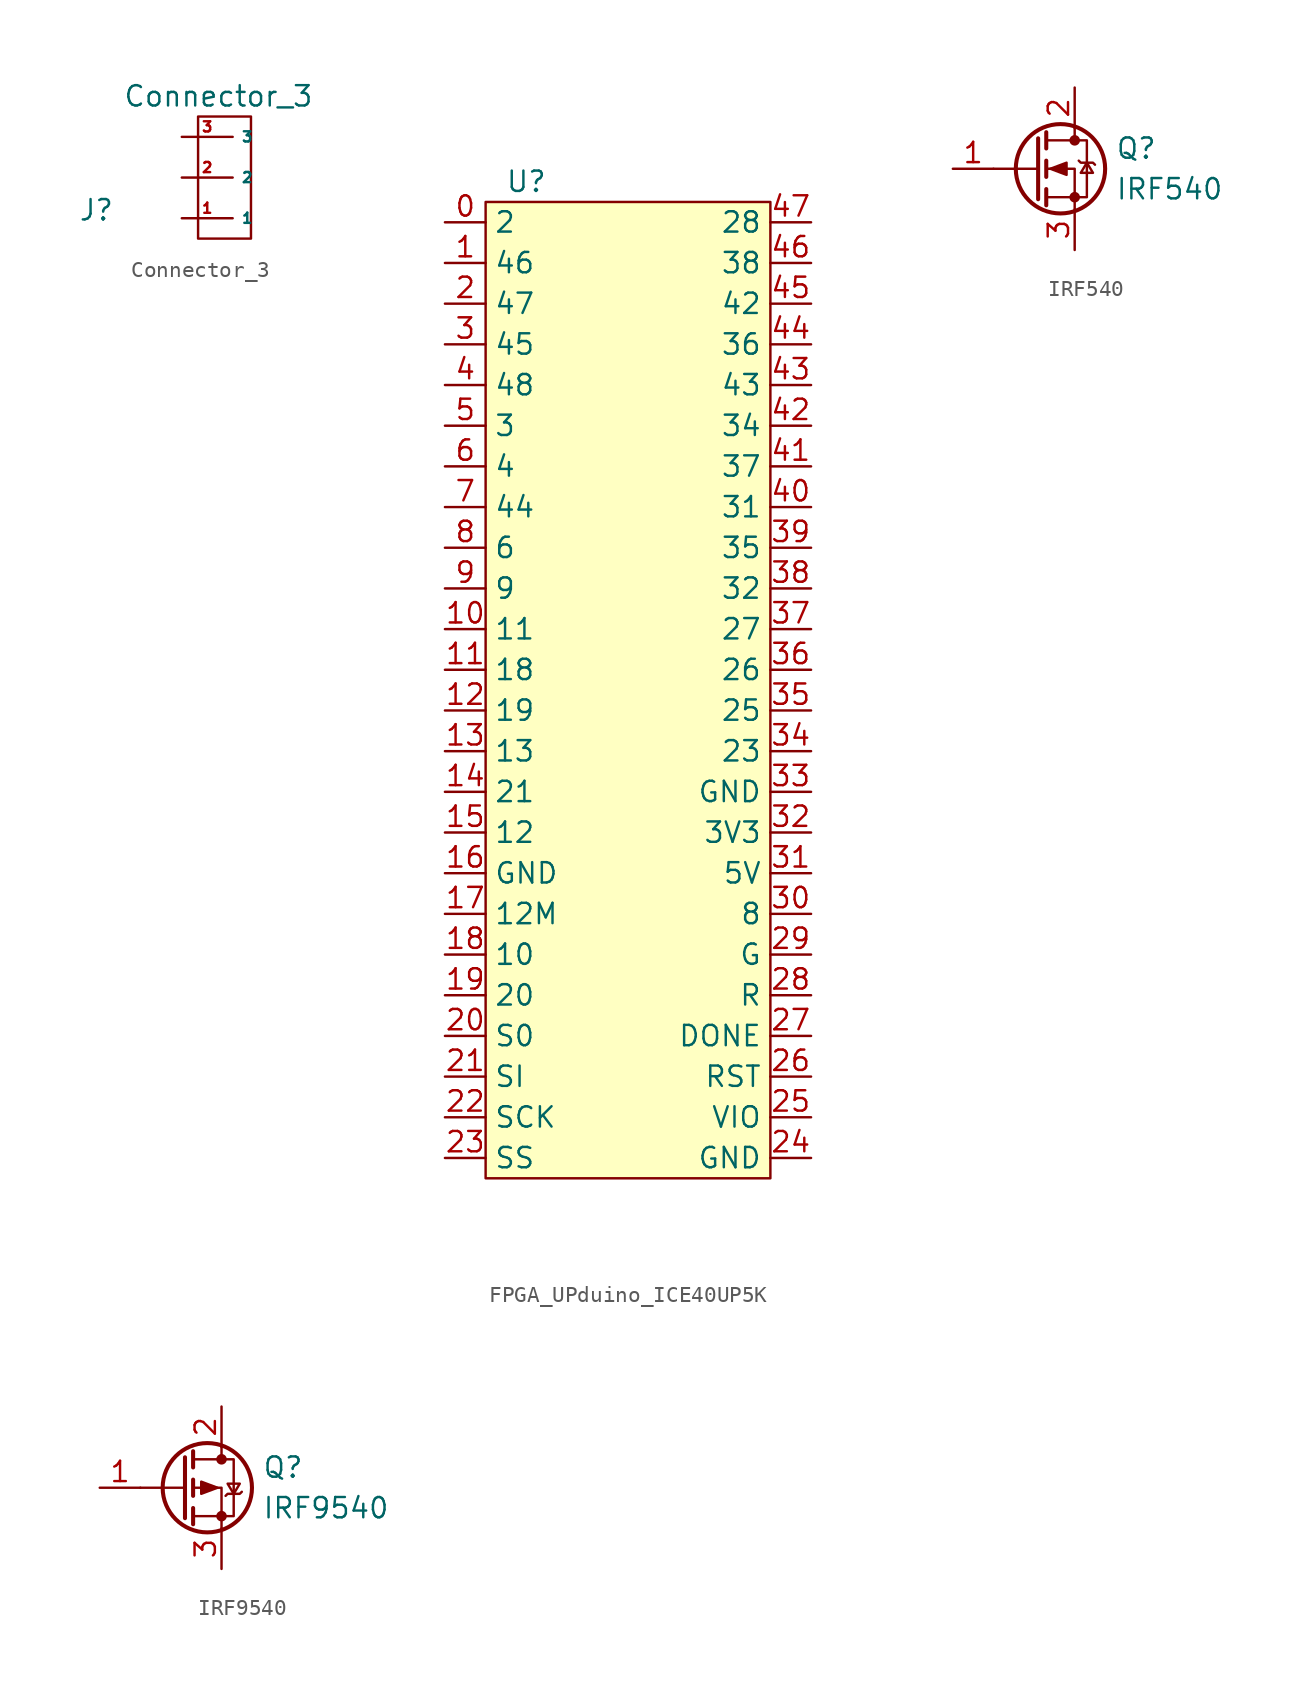
<source format=kicad_sym>
(kicad_symbol_lib
  (version 20231120)
  (generator "kicad_symbol_editor")
  (generator_version "8.0")
  (symbol "Connector_3"
    (property "Reference" "J"
      (at -7.874 -2.032 0)
      (effects (font (size 1.27 1.27))))
    (property "Value" "Connector_3"
      (at -0.254 5.08 0)
      (effects (font (size 1.27 1.27))))
    (symbol "Connector_3_0_1"
      (rectangle (start -1.524 3.81) (end 1.778 -3.81) (stroke (width 0) (type default)) (fill (type none))))
    (symbol "Connector_3_1_1"
      (pin passive line (at -2.54 -2.54 0) (length 3.175) (name "1" (effects (font (size 0.635 0.635)))) (number "1" (effects (font (size 0.635 0.635)))))
      (pin passive line (at -2.54 0 0) (length 3.175) (name "2" (effects (font (size 0.635 0.635)))) (number "2" (effects (font (size 0.635 0.635)))))
      (pin passive line (at -2.54 2.54 0) (length 3.175) (name "3" (effects (font (size 0.635 0.635)))) (number "3" (effects (font (size 0.635 0.635)))))))
  (symbol "FPGA_UPduino_ICE40UP5K"
    (property "Reference" "U"
      (at 15.24 1.27 0)
      (effects (font (size 1.27 1.27))))
    (property "Value" ""
      (at 15.24 1.27 0)
      (effects (font (size 1.27 1.27))))
    (symbol "FPGA_UPduino_ICE40UP5K_1_1"
      (rectangle (start 12.7 0) (end 30.48 -60.96) (stroke (width 0) (type default)) (fill (type background)))
      (pin bidirectional line (at 10.16 -1.27 0) (length 2.54) (name "2" (effects (font (size 1.27 1.27)))) (number "0" (effects (font (size 1.27 1.27)))))
      (pin bidirectional line (at 10.16 -3.81 0) (length 2.54) (name "46" (effects (font (size 1.27 1.27)))) (number "1" (effects (font (size 1.27 1.27)))))
      (pin bidirectional line (at 10.16 -26.67 0) (length 2.54) (name "11" (effects (font (size 1.27 1.27)))) (number "10" (effects (font (size 1.27 1.27)))))
      (pin bidirectional line (at 10.16 -29.21 0) (length 2.54) (name "18" (effects (font (size 1.27 1.27)))) (number "11" (effects (font (size 1.27 1.27)))))
      (pin bidirectional line (at 10.16 -31.75 0) (length 2.54) (name "19" (effects (font (size 1.27 1.27)))) (number "12" (effects (font (size 1.27 1.27)))))
      (pin bidirectional line (at 10.16 -34.29 0) (length 2.54) (name "13" (effects (font (size 1.27 1.27)))) (number "13" (effects (font (size 1.27 1.27)))))
      (pin bidirectional line (at 10.16 -36.83 0) (length 2.54) (name "21" (effects (font (size 1.27 1.27)))) (number "14" (effects (font (size 1.27 1.27)))))
      (pin bidirectional line (at 10.16 -39.37 0) (length 2.54) (name "12" (effects (font (size 1.27 1.27)))) (number "15" (effects (font (size 1.27 1.27)))))
      (pin bidirectional line (at 10.16 -41.91 0) (length 2.54) (name "GND" (effects (font (size 1.27 1.27)))) (number "16" (effects (font (size 1.27 1.27)))))
      (pin bidirectional line (at 10.16 -44.45 0) (length 2.54) (name "12M" (effects (font (size 1.27 1.27)))) (number "17" (effects (font (size 1.27 1.27)))))
      (pin bidirectional line (at 10.16 -46.99 0) (length 2.54) (name "10" (effects (font (size 1.27 1.27)))) (number "18" (effects (font (size 1.27 1.27)))))
      (pin bidirectional line (at 10.16 -49.53 0) (length 2.54) (name "20" (effects (font (size 1.27 1.27)))) (number "19" (effects (font (size 1.27 1.27)))))
      (pin bidirectional line (at 10.16 -6.35 0) (length 2.54) (name "47" (effects (font (size 1.27 1.27)))) (number "2" (effects (font (size 1.27 1.27)))))
      (pin bidirectional line (at 10.16 -52.07 0) (length 2.54) (name "S0" (effects (font (size 1.27 1.27)))) (number "20" (effects (font (size 1.27 1.27)))))
      (pin bidirectional line (at 10.16 -54.61 0) (length 2.54) (name "SI" (effects (font (size 1.27 1.27)))) (number "21" (effects (font (size 1.27 1.27)))))
      (pin bidirectional line (at 10.16 -57.15 0) (length 2.54) (name "SCK" (effects (font (size 1.27 1.27)))) (number "22" (effects (font (size 1.27 1.27)))))
      (pin bidirectional line (at 10.16 -59.69 0) (length 2.54) (name "SS" (effects (font (size 1.27 1.27)))) (number "23" (effects (font (size 1.27 1.27)))))
      (pin bidirectional line (at 33.02 -59.69 180) (length 2.54) (name "GND" (effects (font (size 1.27 1.27)))) (number "24" (effects (font (size 1.27 1.27)))))
      (pin bidirectional line (at 33.02 -57.15 180) (length 2.54) (name "VIO" (effects (font (size 1.27 1.27)))) (number "25" (effects (font (size 1.27 1.27)))))
      (pin bidirectional line (at 33.02 -54.61 180) (length 2.54) (name "RST" (effects (font (size 1.27 1.27)))) (number "26" (effects (font (size 1.27 1.27)))))
      (pin bidirectional line (at 33.02 -52.07 180) (length 2.54) (name "DONE" (effects (font (size 1.27 1.27)))) (number "27" (effects (font (size 1.27 1.27)))))
      (pin bidirectional line (at 33.02 -49.53 180) (length 2.54) (name "R" (effects (font (size 1.27 1.27)))) (number "28" (effects (font (size 1.27 1.27)))))
      (pin bidirectional line (at 33.02 -46.99 180) (length 2.54) (name "G" (effects (font (size 1.27 1.27)))) (number "29" (effects (font (size 1.27 1.27)))))
      (pin bidirectional line (at 10.16 -8.89 0) (length 2.54) (name "45" (effects (font (size 1.27 1.27)))) (number "3" (effects (font (size 1.27 1.27)))))
      (pin bidirectional line (at 33.02 -44.45 180) (length 2.54) (name "8" (effects (font (size 1.27 1.27)))) (number "30" (effects (font (size 1.27 1.27)))))
      (pin bidirectional line (at 33.02 -41.91 180) (length 2.54) (name "5V" (effects (font (size 1.27 1.27)))) (number "31" (effects (font (size 1.27 1.27)))))
      (pin bidirectional line (at 33.02 -39.37 180) (length 2.54) (name "3V3" (effects (font (size 1.27 1.27)))) (number "32" (effects (font (size 1.27 1.27)))))
      (pin bidirectional line (at 33.02 -36.83 180) (length 2.54) (name "GND" (effects (font (size 1.27 1.27)))) (number "33" (effects (font (size 1.27 1.27)))))
      (pin bidirectional line (at 33.02 -34.29 180) (length 2.54) (name "23" (effects (font (size 1.27 1.27)))) (number "34" (effects (font (size 1.27 1.27)))))
      (pin bidirectional line (at 33.02 -31.75 180) (length 2.54) (name "25" (effects (font (size 1.27 1.27)))) (number "35" (effects (font (size 1.27 1.27)))))
      (pin bidirectional line (at 33.02 -29.21 180) (length 2.54) (name "26" (effects (font (size 1.27 1.27)))) (number "36" (effects (font (size 1.27 1.27)))))
      (pin bidirectional line (at 33.02 -26.67 180) (length 2.54) (name "27" (effects (font (size 1.27 1.27)))) (number "37" (effects (font (size 1.27 1.27)))))
      (pin bidirectional line (at 33.02 -24.13 180) (length 2.54) (name "32" (effects (font (size 1.27 1.27)))) (number "38" (effects (font (size 1.27 1.27)))))
      (pin bidirectional line (at 33.02 -21.59 180) (length 2.54) (name "35" (effects (font (size 1.27 1.27)))) (number "39" (effects (font (size 1.27 1.27)))))
      (pin bidirectional line (at 10.16 -11.43 0) (length 2.54) (name "48" (effects (font (size 1.27 1.27)))) (number "4" (effects (font (size 1.27 1.27)))))
      (pin bidirectional line (at 33.02 -19.05 180) (length 2.54) (name "31" (effects (font (size 1.27 1.27)))) (number "40" (effects (font (size 1.27 1.27)))))
      (pin bidirectional line (at 33.02 -16.51 180) (length 2.54) (name "37" (effects (font (size 1.27 1.27)))) (number "41" (effects (font (size 1.27 1.27)))))
      (pin bidirectional line (at 33.02 -13.97 180) (length 2.54) (name "34" (effects (font (size 1.27 1.27)))) (number "42" (effects (font (size 1.27 1.27)))))
      (pin bidirectional line (at 33.02 -11.43 180) (length 2.54) (name "43" (effects (font (size 1.27 1.27)))) (number "43" (effects (font (size 1.27 1.27)))))
      (pin bidirectional line (at 33.02 -8.89 180) (length 2.54) (name "36" (effects (font (size 1.27 1.27)))) (number "44" (effects (font (size 1.27 1.27)))))
      (pin bidirectional line (at 33.02 -6.35 180) (length 2.54) (name "42" (effects (font (size 1.27 1.27)))) (number "45" (effects (font (size 1.27 1.27)))))
      (pin bidirectional line (at 33.02 -3.81 180) (length 2.54) (name "38" (effects (font (size 1.27 1.27)))) (number "46" (effects (font (size 1.27 1.27)))))
      (pin bidirectional line (at 33.02 -1.27 180) (length 2.54) (name "28" (effects (font (size 1.27 1.27)))) (number "47" (effects (font (size 1.27 1.27)))))
      (pin bidirectional line (at 10.16 -13.97 0) (length 2.54) (name "3" (effects (font (size 1.27 1.27)))) (number "5" (effects (font (size 1.27 1.27)))))
      (pin bidirectional line (at 10.16 -16.51 0) (length 2.54) (name "4" (effects (font (size 1.27 1.27)))) (number "6" (effects (font (size 1.27 1.27)))))
      (pin bidirectional line (at 10.16 -19.05 0) (length 2.54) (name "44" (effects (font (size 1.27 1.27)))) (number "7" (effects (font (size 1.27 1.27)))))
      (pin bidirectional line (at 10.16 -21.59 0) (length 2.54) (name "6" (effects (font (size 1.27 1.27)))) (number "8" (effects (font (size 1.27 1.27)))))
      (pin bidirectional line (at 10.16 -24.13 0) (length 2.54) (name "9" (effects (font (size 1.27 1.27)))) (number "9" (effects (font (size 1.27 1.27)))))))
  (symbol "IRF540"
    (pin_names
      (offset 0) hide)
    (property "Reference" "Q"
      (at 5.08 1.27 0)
      (effects (font (size 1.27 1.27)) (justify left)))
    (property "Value" "IRF540"
      (at 5.08 -1.27 0)
      (effects (font (size 1.27 1.27)) (justify left)))
    (symbol "IRF540_0_1"
      (polyline (pts (xy 0.254 0) (xy -2.54 0)) (stroke (width 0) (type default)) (fill (type none)))
      (polyline (pts (xy 0.254 1.905) (xy 0.254 -1.905)) (stroke (width 0.254) (type default)) (fill (type none)))
      (polyline (pts (xy 0.762 -1.27) (xy 0.762 -2.286)) (stroke (width 0.254) (type default)) (fill (type none)))
      (polyline (pts (xy 0.762 0.508) (xy 0.762 -0.508)) (stroke (width 0.254) (type default)) (fill (type none)))
      (polyline (pts (xy 0.762 2.286) (xy 0.762 1.27)) (stroke (width 0.254) (type default)) (fill (type none)))
      (polyline (pts (xy 2.54 2.54) (xy 2.54 1.778)) (stroke (width 0) (type default)) (fill (type none)))
      (polyline (pts (xy 2.54 -2.54) (xy 2.54 0) (xy 0.762 0)) (stroke (width 0) (type default)) (fill (type none)))
      (polyline (pts (xy 0.762 -1.778) (xy 3.302 -1.778) (xy 3.302 1.778) (xy 0.762 1.778)) (stroke (width 0) (type default)) (fill (type none)))
      (polyline (pts (xy 1.016 0) (xy 2.032 0.381) (xy 2.032 -0.381) (xy 1.016 0)) (stroke (width 0) (type default)) (fill (type outline)))
      (polyline (pts (xy 2.794 0.508) (xy 2.921 0.381) (xy 3.683 0.381) (xy 3.81 0.254)) (stroke (width 0) (type default)) (fill (type none)))
      (polyline (pts (xy 3.302 0.381) (xy 2.921 -0.254) (xy 3.683 -0.254) (xy 3.302 0.381)) (stroke (width 0) (type default)) (fill (type none)))
      (circle (center 1.651 0) (radius 2.794) (stroke (width 0.254) (type default)) (fill (type none)))
      (circle (center 2.54 -1.778) (radius 0.254) (stroke (width 0) (type default)) (fill (type outline)))
      (circle (center 2.54 1.778) (radius 0.254) (stroke (width 0) (type default)) (fill (type outline))))
    (symbol "IRF540_1_1"
      (pin input line (at -5.08 0 0) (length 2.54) (name "G" (effects (font (size 1.27 1.27)))) (number "1" (effects (font (size 1.27 1.27)))))
      (pin passive line (at 2.54 5.08 270) (length 2.54) (name "D" (effects (font (size 1.27 1.27)))) (number "2" (effects (font (size 1.27 1.27)))))
      (pin passive line (at 2.54 -5.08 90) (length 2.54) (name "S" (effects (font (size 1.27 1.27)))) (number "3" (effects (font (size 1.27 1.27)))))))
  (symbol "IRF9540"
    (pin_names
      (offset 0) hide)
    (property "Reference" "Q"
      (at 5.08 1.27 0)
      (effects (font (size 1.27 1.27)) (justify left)))
    (property "Value" "IRF9540"
      (at 5.08 -1.27 0)
      (effects (font (size 1.27 1.27)) (justify left)))
    (symbol "IRF9540_0_1"
      (polyline (pts (xy 0.254 0) (xy -2.54 0)) (stroke (width 0) (type default)) (fill (type none)))
      (polyline (pts (xy 0.254 1.905) (xy 0.254 -1.905)) (stroke (width 0.254) (type default)) (fill (type none)))
      (polyline (pts (xy 0.762 -1.27) (xy 0.762 -2.286)) (stroke (width 0.254) (type default)) (fill (type none)))
      (polyline (pts (xy 0.762 0.508) (xy 0.762 -0.508)) (stroke (width 0.254) (type default)) (fill (type none)))
      (polyline (pts (xy 0.762 2.286) (xy 0.762 1.27)) (stroke (width 0.254) (type default)) (fill (type none)))
      (polyline (pts (xy 2.54 2.54) (xy 2.54 1.778)) (stroke (width 0) (type default)) (fill (type none)))
      (polyline (pts (xy 2.54 -2.54) (xy 2.54 0) (xy 0.762 0)) (stroke (width 0) (type default)) (fill (type none)))
      (polyline (pts (xy 0.762 1.778) (xy 3.302 1.778) (xy 3.302 -1.778) (xy 0.762 -1.778)) (stroke (width 0) (type default)) (fill (type none)))
      (polyline (pts (xy 2.286 0) (xy 1.27 0.381) (xy 1.27 -0.381) (xy 2.286 0)) (stroke (width 0) (type default)) (fill (type outline)))
      (polyline (pts (xy 2.794 -0.508) (xy 2.921 -0.381) (xy 3.683 -0.381) (xy 3.81 -0.254)) (stroke (width 0) (type default)) (fill (type none)))
      (polyline (pts (xy 3.302 -0.381) (xy 2.921 0.254) (xy 3.683 0.254) (xy 3.302 -0.381)) (stroke (width 0) (type default)) (fill (type none)))
      (circle (center 1.651 0) (radius 2.794) (stroke (width 0.254) (type default)) (fill (type none)))
      (circle (center 2.54 -1.778) (radius 0.254) (stroke (width 0) (type default)) (fill (type outline)))
      (circle (center 2.54 1.778) (radius 0.254) (stroke (width 0) (type default)) (fill (type outline))))
    (symbol "IRF9540_1_1"
      (pin input line (at -5.08 0 0) (length 2.54) (name "G" (effects (font (size 1.27 1.27)))) (number "1" (effects (font (size 1.27 1.27)))))
      (pin passive line (at 2.54 5.08 270) (length 2.54) (name "D" (effects (font (size 1.27 1.27)))) (number "2" (effects (font (size 1.27 1.27)))))
      (pin passive line (at 2.54 -5.08 90) (length 2.54) (name "S" (effects (font (size 1.27 1.27)))) (number "3" (effects (font (size 1.27 1.27))))))))
</source>
